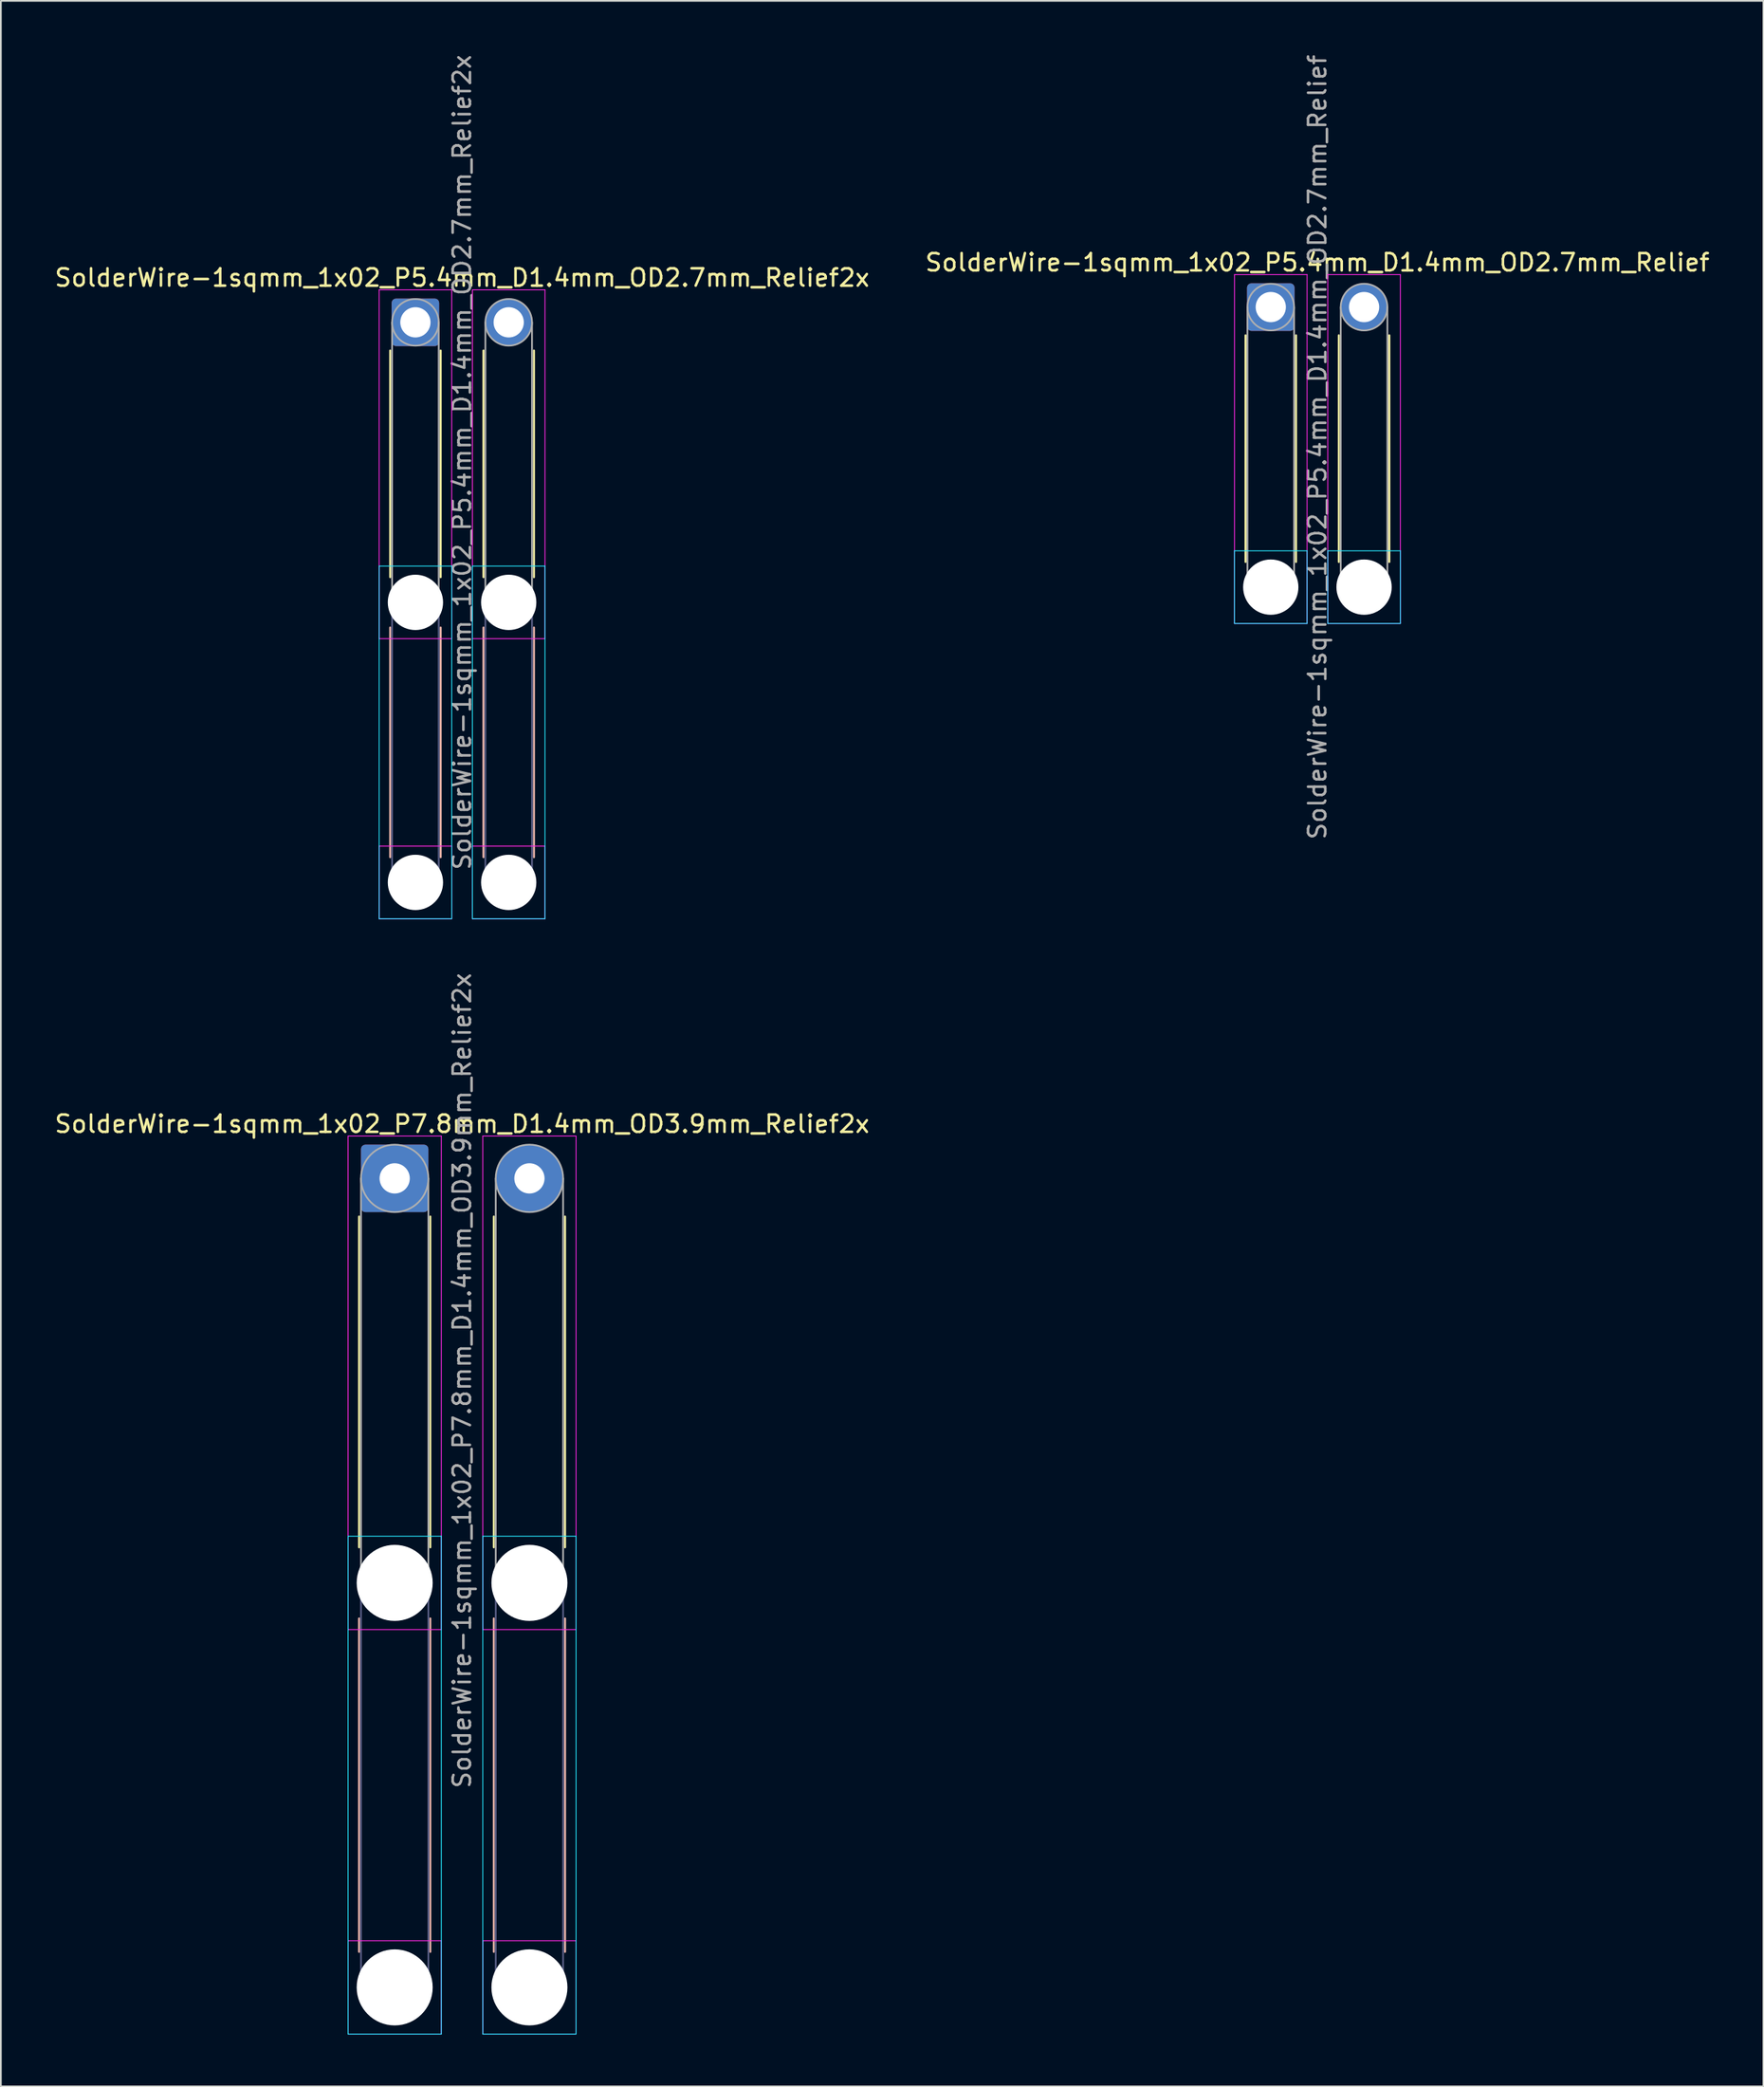
<source format=kicad_pcb>
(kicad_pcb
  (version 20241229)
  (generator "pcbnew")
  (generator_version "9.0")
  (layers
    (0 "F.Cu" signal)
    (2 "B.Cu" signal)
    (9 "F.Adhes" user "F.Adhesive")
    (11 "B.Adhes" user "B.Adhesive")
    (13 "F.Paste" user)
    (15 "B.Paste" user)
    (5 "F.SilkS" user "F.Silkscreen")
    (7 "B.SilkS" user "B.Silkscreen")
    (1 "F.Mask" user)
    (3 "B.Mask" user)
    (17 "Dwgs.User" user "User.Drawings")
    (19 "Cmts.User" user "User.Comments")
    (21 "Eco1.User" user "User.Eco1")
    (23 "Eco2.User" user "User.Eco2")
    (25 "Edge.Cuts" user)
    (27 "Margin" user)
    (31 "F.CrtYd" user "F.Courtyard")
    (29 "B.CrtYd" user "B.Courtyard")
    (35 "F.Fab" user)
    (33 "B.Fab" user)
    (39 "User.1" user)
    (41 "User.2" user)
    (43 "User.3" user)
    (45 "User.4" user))
  (footprint "SolderWire-1sqmm_1x02_P7.8mm_D1.4mm_OD3.9mm_Relief2x"
    (layer "F.Cu")
    (at 19.796 65.118)
    (property "Reference" "SolderWire-1sqmm_1x02_P7.8mm_D1.4mm_OD3.9mm_Relief2x" (at 3.9 -3.15 0) (layer "F.SilkS") (effects (font (size 1 1) (thickness 0.15))))
    (attr exclude_from_pos_files exclude_from_bom)
    (fp_line (start -2.06 2.21) (end -2.06 21.34) (stroke (width 0.12) (type solid)) (layer "F.SilkS"))
    (fp_line (start 2.06 2.21) (end 2.06 21.34) (stroke (width 0.12) (type solid)) (layer "F.SilkS"))
    (fp_line (start 5.74 2.21) (end 5.74 21.34) (stroke (width 0.12) (type solid)) (layer "F.SilkS"))
    (fp_line (start 9.86 2.21) (end 9.86 21.34) (stroke (width 0.12) (type solid)) (layer "F.SilkS"))
    (fp_line (start -2.06 25.46) (end -2.06 44.74) (stroke (width 0.12) (type solid)) (layer "B.SilkS"))
    (fp_line (start 2.06 25.46) (end 2.06 44.74) (stroke (width 0.12) (type solid)) (layer "B.SilkS"))
    (fp_line (start 5.74 25.46) (end 5.74 44.74) (stroke (width 0.12) (type solid)) (layer "B.SilkS"))
    (fp_line (start 9.86 25.46) (end 9.86 44.74) (stroke (width 0.12) (type solid)) (layer "B.SilkS"))
    (fp_line (start -2.7 20.7) (end -2.7 49.5) (stroke (width 0.05) (type solid)) (layer "B.CrtYd"))
    (fp_line (start -2.7 49.5) (end 2.7 49.5) (stroke (width 0.05) (type solid)) (layer "B.CrtYd"))
    (fp_line (start 2.7 20.7) (end -2.7 20.7) (stroke (width 0.05) (type solid)) (layer "B.CrtYd"))
    (fp_line (start 2.7 49.5) (end 2.7 20.7) (stroke (width 0.05) (type solid)) (layer "B.CrtYd"))
    (fp_line (start 5.1 20.7) (end 5.1 49.5) (stroke (width 0.05) (type solid)) (layer "B.CrtYd"))
    (fp_line (start 5.1 49.5) (end 10.5 49.5) (stroke (width 0.05) (type solid)) (layer "B.CrtYd"))
    (fp_line (start 10.5 20.7) (end 5.1 20.7) (stroke (width 0.05) (type solid)) (layer "B.CrtYd"))
    (fp_line (start 10.5 49.5) (end 10.5 20.7) (stroke (width 0.05) (type solid)) (layer "B.CrtYd"))
    (fp_line (start -2.7 -2.45) (end -2.7 26.1) (stroke (width 0.05) (type solid)) (layer "F.CrtYd"))
    (fp_line (start -2.7 26.1) (end 2.7 26.1) (stroke (width 0.05) (type solid)) (layer "F.CrtYd"))
    (fp_line (start -2.7 44.1) (end -2.7 49.5) (stroke (width 0.05) (type solid)) (layer "F.CrtYd"))
    (fp_line (start -2.7 49.5) (end 2.7 49.5) (stroke (width 0.05) (type solid)) (layer "F.CrtYd"))
    (fp_line (start 2.7 -2.45) (end -2.7 -2.45) (stroke (width 0.05) (type solid)) (layer "F.CrtYd"))
    (fp_line (start 2.7 26.1) (end 2.7 -2.45) (stroke (width 0.05) (type solid)) (layer "F.CrtYd"))
    (fp_line (start 2.7 44.1) (end -2.7 44.1) (stroke (width 0.05) (type solid)) (layer "F.CrtYd"))
    (fp_line (start 2.7 49.5) (end 2.7 44.1) (stroke (width 0.05) (type solid)) (layer "F.CrtYd"))
    (fp_line (start 5.1 -2.45) (end 5.1 26.1) (stroke (width 0.05) (type solid)) (layer "F.CrtYd"))
    (fp_line (start 5.1 26.1) (end 10.5 26.1) (stroke (width 0.05) (type solid)) (layer "F.CrtYd"))
    (fp_line (start 5.1 44.1) (end 5.1 49.5) (stroke (width 0.05) (type solid)) (layer "F.CrtYd"))
    (fp_line (start 5.1 49.5) (end 10.5 49.5) (stroke (width 0.05) (type solid)) (layer "F.CrtYd"))
    (fp_line (start 10.5 -2.45) (end 5.1 -2.45) (stroke (width 0.05) (type solid)) (layer "F.CrtYd"))
    (fp_line (start 10.5 26.1) (end 10.5 -2.45) (stroke (width 0.05) (type solid)) (layer "F.CrtYd"))
    (fp_line (start 10.5 44.1) (end 5.1 44.1) (stroke (width 0.05) (type solid)) (layer "F.CrtYd"))
    (fp_line (start 10.5 49.5) (end 10.5 44.1) (stroke (width 0.05) (type solid)) (layer "F.CrtYd"))
    (fp_line (start -1.95 23.4) (end -1.95 46.8) (stroke (width 0.1) (type solid)) (layer "B.Fab"))
    (fp_line (start 1.95 23.4) (end 1.95 46.8) (stroke (width 0.1) (type solid)) (layer "B.Fab"))
    (fp_line (start 5.85 23.4) (end 5.85 46.8) (stroke (width 0.1) (type solid)) (layer "B.Fab"))
    (fp_line (start 9.75 23.4) (end 9.75 46.8) (stroke (width 0.1) (type solid)) (layer "B.Fab"))
    (fp_circle (center 0 23.4) (end 1.95 23.4) (stroke (width 0.1) (type solid)) (fill no) (layer "B.Fab"))
    (fp_circle (center 0 46.8) (end 1.95 46.8) (stroke (width 0.1) (type solid)) (fill no) (layer "B.Fab"))
    (fp_circle (center 7.8 23.4) (end 9.75 23.4) (stroke (width 0.1) (type solid)) (fill no) (layer "B.Fab"))
    (fp_circle (center 7.8 46.8) (end 9.75 46.8) (stroke (width 0.1) (type solid)) (fill no) (layer "B.Fab"))
    (fp_line (start -1.95 0) (end -1.95 23.4) (stroke (width 0.1) (type solid)) (layer "F.Fab"))
    (fp_line (start 1.95 0) (end 1.95 23.4) (stroke (width 0.1) (type solid)) (layer "F.Fab"))
    (fp_line (start 5.85 0) (end 5.85 23.4) (stroke (width 0.1) (type solid)) (layer "F.Fab"))
    (fp_line (start 9.75 0) (end 9.75 23.4) (stroke (width 0.1) (type solid)) (layer "F.Fab"))
    (fp_circle (center 0 0) (end 1.95 0) (stroke (width 0.1) (type solid)) (fill no) (layer "F.Fab"))
    (fp_circle (center 0 23.4) (end 1.95 23.4) (stroke (width 0.1) (type solid)) (fill no) (layer "F.Fab"))
    (fp_circle (center 0 46.8) (end 1.95 46.8) (stroke (width 0.1) (type solid)) (fill no) (layer "F.Fab"))
    (fp_circle (center 7.8 0) (end 9.75 0) (stroke (width 0.1) (type solid)) (fill no) (layer "F.Fab"))
    (fp_circle (center 7.8 23.4) (end 9.75 23.4) (stroke (width 0.1) (type solid)) (fill no) (layer "F.Fab"))
    (fp_circle (center 7.8 46.8) (end 9.75 46.8) (stroke (width 0.1) (type solid)) (fill no) (layer "F.Fab"))
    (fp_text user "${REFERENCE}" (at 3.9 11.7 90) (layer "F.Fab") (effects (font (size 1 1) (thickness 0.15))))
    (pad "" np_thru_hole circle (at 0 23.4) (size 4.4 4.4) (drill 4.4) (layers "*.Cu" "*.Mask"))
    (pad "" np_thru_hole circle (at 0 46.8) (size 4.4 4.4) (drill 4.4) (layers "*.Cu" "*.Mask"))
    (pad "" np_thru_hole circle (at 7.8 23.4) (size 4.4 4.4) (drill 4.4) (layers "*.Cu" "*.Mask"))
    (pad "" np_thru_hole circle (at 7.8 46.8) (size 4.4 4.4) (drill 4.4) (layers "*.Cu" "*.Mask"))
    (pad "1" thru_hole roundrect (at 0 0) (size 3.9 3.9) (drill 1.75) (layers "*.Cu" "*.Mask") (roundrect_rratio 0.064))
    (pad "2" thru_hole circle (at 7.8 0) (size 3.9 3.9) (drill 1.75) (layers "*.Cu" "*.Mask")))
  (footprint "SolderWire-1sqmm_1x02_P5.4mm_D1.4mm_OD2.7mm_Relief"
    (layer "F.Cu")
    (at 70.508 14.715)
    (property "Reference" "SolderWire-1sqmm_1x02_P5.4mm_D1.4mm_OD2.7mm_Relief" (at 2.7 -2.58 0) (layer "F.SilkS") (effects (font (size 1 1) (thickness 0.15))))
    (attr exclude_from_pos_files exclude_from_bom)
    (fp_line (start -1.46 1.635) (end -1.46 14.74) (stroke (width 0.12) (type solid)) (layer "F.SilkS"))
    (fp_line (start 1.46 1.635) (end 1.46 14.74) (stroke (width 0.12) (type solid)) (layer "F.SilkS"))
    (fp_line (start 3.94 1.635) (end 3.94 14.74) (stroke (width 0.12) (type solid)) (layer "F.SilkS"))
    (fp_line (start 6.86 1.635) (end 6.86 14.74) (stroke (width 0.12) (type solid)) (layer "F.SilkS"))
    (fp_line (start -2.1 14.1) (end -2.1 18.3) (stroke (width 0.05) (type solid)) (layer "B.CrtYd"))
    (fp_line (start -2.1 18.3) (end 2.1 18.3) (stroke (width 0.05) (type solid)) (layer "B.CrtYd"))
    (fp_line (start 2.1 14.1) (end -2.1 14.1) (stroke (width 0.05) (type solid)) (layer "B.CrtYd"))
    (fp_line (start 2.1 18.3) (end 2.1 14.1) (stroke (width 0.05) (type solid)) (layer "B.CrtYd"))
    (fp_line (start 3.3 14.1) (end 3.3 18.3) (stroke (width 0.05) (type solid)) (layer "B.CrtYd"))
    (fp_line (start 3.3 18.3) (end 7.5 18.3) (stroke (width 0.05) (type solid)) (layer "B.CrtYd"))
    (fp_line (start 7.5 14.1) (end 3.3 14.1) (stroke (width 0.05) (type solid)) (layer "B.CrtYd"))
    (fp_line (start 7.5 18.3) (end 7.5 14.1) (stroke (width 0.05) (type solid)) (layer "B.CrtYd"))
    (fp_line (start -2.1 -1.88) (end -2.1 18.3) (stroke (width 0.05) (type solid)) (layer "F.CrtYd"))
    (fp_line (start -2.1 18.3) (end 2.1 18.3) (stroke (width 0.05) (type solid)) (layer "F.CrtYd"))
    (fp_line (start 2.1 -1.88) (end -2.1 -1.88) (stroke (width 0.05) (type solid)) (layer "F.CrtYd"))
    (fp_line (start 2.1 18.3) (end 2.1 -1.88) (stroke (width 0.05) (type solid)) (layer "F.CrtYd"))
    (fp_line (start 3.3 -1.88) (end 3.3 18.3) (stroke (width 0.05) (type solid)) (layer "F.CrtYd"))
    (fp_line (start 3.3 18.3) (end 7.5 18.3) (stroke (width 0.05) (type solid)) (layer "F.CrtYd"))
    (fp_line (start 7.5 -1.88) (end 3.3 -1.88) (stroke (width 0.05) (type solid)) (layer "F.CrtYd"))
    (fp_line (start 7.5 18.3) (end 7.5 -1.88) (stroke (width 0.05) (type solid)) (layer "F.CrtYd"))
    (fp_line (start -1.35 0) (end -1.35 16.2) (stroke (width 0.1) (type solid)) (layer "F.Fab"))
    (fp_line (start 1.35 0) (end 1.35 16.2) (stroke (width 0.1) (type solid)) (layer "F.Fab"))
    (fp_line (start 4.05 0) (end 4.05 16.2) (stroke (width 0.1) (type solid)) (layer "F.Fab"))
    (fp_line (start 6.75 0) (end 6.75 16.2) (stroke (width 0.1) (type solid)) (layer "F.Fab"))
    (fp_circle (center 0 0) (end 1.35 0) (stroke (width 0.1) (type solid)) (fill no) (layer "F.Fab"))
    (fp_circle (center 0 16.2) (end 1.35 16.2) (stroke (width 0.1) (type solid)) (fill no) (layer "F.Fab"))
    (fp_circle (center 5.4 0) (end 6.75 0) (stroke (width 0.1) (type solid)) (fill no) (layer "F.Fab"))
    (fp_circle (center 5.4 16.2) (end 6.75 16.2) (stroke (width 0.1) (type solid)) (fill no) (layer "F.Fab"))
    (fp_text user "${REFERENCE}" (at 2.7 8.1 90) (layer "F.Fab") (effects (font (size 1 1) (thickness 0.15))))
    (pad "" np_thru_hole circle (at 0 16.2) (size 3.2 3.2) (drill 3.2) (layers "*.Cu" "*.Mask"))
    (pad "" np_thru_hole circle (at 5.4 16.2) (size 3.2 3.2) (drill 3.2) (layers "*.Cu" "*.Mask"))
    (pad "1" thru_hole roundrect (at 0 0) (size 2.75 2.75) (drill 1.75) (layers "*.Cu" "*.Mask") (roundrect_rratio 0.091))
    (pad "2" thru_hole circle (at 5.4 0) (size 2.75 2.75) (drill 1.75) (layers "*.Cu" "*.Mask")))
  (footprint "SolderWire-1sqmm_1x02_P5.4mm_D1.4mm_OD2.7mm_Relief2x"
    (layer "F.Cu")
    (at 20.996 15.596)
    (property "Reference" "SolderWire-1sqmm_1x02_P5.4mm_D1.4mm_OD2.7mm_Relief2x" (at 2.7 -2.58 0) (layer "F.SilkS") (effects (font (size 1 1) (thickness 0.15))))
    (attr exclude_from_pos_files exclude_from_bom)
    (fp_line (start -1.46 1.635) (end -1.46 14.74) (stroke (width 0.12) (type solid)) (layer "F.SilkS"))
    (fp_line (start 1.46 1.635) (end 1.46 14.74) (stroke (width 0.12) (type solid)) (layer "F.SilkS"))
    (fp_line (start 3.94 1.635) (end 3.94 14.74) (stroke (width 0.12) (type solid)) (layer "F.SilkS"))
    (fp_line (start 6.86 1.635) (end 6.86 14.74) (stroke (width 0.12) (type solid)) (layer "F.SilkS"))
    (fp_line (start -1.46 17.66) (end -1.46 30.94) (stroke (width 0.12) (type solid)) (layer "B.SilkS"))
    (fp_line (start 1.46 17.66) (end 1.46 30.94) (stroke (width 0.12) (type solid)) (layer "B.SilkS"))
    (fp_line (start 3.94 17.66) (end 3.94 30.94) (stroke (width 0.12) (type solid)) (layer "B.SilkS"))
    (fp_line (start 6.86 17.66) (end 6.86 30.94) (stroke (width 0.12) (type solid)) (layer "B.SilkS"))
    (fp_line (start -2.1 14.1) (end -2.1 34.5) (stroke (width 0.05) (type solid)) (layer "B.CrtYd"))
    (fp_line (start -2.1 34.5) (end 2.1 34.5) (stroke (width 0.05) (type solid)) (layer "B.CrtYd"))
    (fp_line (start 2.1 14.1) (end -2.1 14.1) (stroke (width 0.05) (type solid)) (layer "B.CrtYd"))
    (fp_line (start 2.1 34.5) (end 2.1 14.1) (stroke (width 0.05) (type solid)) (layer "B.CrtYd"))
    (fp_line (start 3.3 14.1) (end 3.3 34.5) (stroke (width 0.05) (type solid)) (layer "B.CrtYd"))
    (fp_line (start 3.3 34.5) (end 7.5 34.5) (stroke (width 0.05) (type solid)) (layer "B.CrtYd"))
    (fp_line (start 7.5 14.1) (end 3.3 14.1) (stroke (width 0.05) (type solid)) (layer "B.CrtYd"))
    (fp_line (start 7.5 34.5) (end 7.5 14.1) (stroke (width 0.05) (type solid)) (layer "B.CrtYd"))
    (fp_line (start -2.1 -1.88) (end -2.1 18.3) (stroke (width 0.05) (type solid)) (layer "F.CrtYd"))
    (fp_line (start -2.1 18.3) (end 2.1 18.3) (stroke (width 0.05) (type solid)) (layer "F.CrtYd"))
    (fp_line (start -2.1 30.3) (end -2.1 34.5) (stroke (width 0.05) (type solid)) (layer "F.CrtYd"))
    (fp_line (start -2.1 34.5) (end 2.1 34.5) (stroke (width 0.05) (type solid)) (layer "F.CrtYd"))
    (fp_line (start 2.1 -1.88) (end -2.1 -1.88) (stroke (width 0.05) (type solid)) (layer "F.CrtYd"))
    (fp_line (start 2.1 18.3) (end 2.1 -1.88) (stroke (width 0.05) (type solid)) (layer "F.CrtYd"))
    (fp_line (start 2.1 30.3) (end -2.1 30.3) (stroke (width 0.05) (type solid)) (layer "F.CrtYd"))
    (fp_line (start 2.1 34.5) (end 2.1 30.3) (stroke (width 0.05) (type solid)) (layer "F.CrtYd"))
    (fp_line (start 3.3 -1.88) (end 3.3 18.3) (stroke (width 0.05) (type solid)) (layer "F.CrtYd"))
    (fp_line (start 3.3 18.3) (end 7.5 18.3) (stroke (width 0.05) (type solid)) (layer "F.CrtYd"))
    (fp_line (start 3.3 30.3) (end 3.3 34.5) (stroke (width 0.05) (type solid)) (layer "F.CrtYd"))
    (fp_line (start 3.3 34.5) (end 7.5 34.5) (stroke (width 0.05) (type solid)) (layer "F.CrtYd"))
    (fp_line (start 7.5 -1.88) (end 3.3 -1.88) (stroke (width 0.05) (type solid)) (layer "F.CrtYd"))
    (fp_line (start 7.5 18.3) (end 7.5 -1.88) (stroke (width 0.05) (type solid)) (layer "F.CrtYd"))
    (fp_line (start 7.5 30.3) (end 3.3 30.3) (stroke (width 0.05) (type solid)) (layer "F.CrtYd"))
    (fp_line (start 7.5 34.5) (end 7.5 30.3) (stroke (width 0.05) (type solid)) (layer "F.CrtYd"))
    (fp_line (start -1.35 16.2) (end -1.35 32.4) (stroke (width 0.1) (type solid)) (layer "B.Fab"))
    (fp_line (start 1.35 16.2) (end 1.35 32.4) (stroke (width 0.1) (type solid)) (layer "B.Fab"))
    (fp_line (start 4.05 16.2) (end 4.05 32.4) (stroke (width 0.1) (type solid)) (layer "B.Fab"))
    (fp_line (start 6.75 16.2) (end 6.75 32.4) (stroke (width 0.1) (type solid)) (layer "B.Fab"))
    (fp_circle (center 0 16.2) (end 1.35 16.2) (stroke (width 0.1) (type solid)) (fill no) (layer "B.Fab"))
    (fp_circle (center 0 32.4) (end 1.35 32.4) (stroke (width 0.1) (type solid)) (fill no) (layer "B.Fab"))
    (fp_circle (center 5.4 16.2) (end 6.75 16.2) (stroke (width 0.1) (type solid)) (fill no) (layer "B.Fab"))
    (fp_circle (center 5.4 32.4) (end 6.75 32.4) (stroke (width 0.1) (type solid)) (fill no) (layer "B.Fab"))
    (fp_line (start -1.35 0) (end -1.35 16.2) (stroke (width 0.1) (type solid)) (layer "F.Fab"))
    (fp_line (start 1.35 0) (end 1.35 16.2) (stroke (width 0.1) (type solid)) (layer "F.Fab"))
    (fp_line (start 4.05 0) (end 4.05 16.2) (stroke (width 0.1) (type solid)) (layer "F.Fab"))
    (fp_line (start 6.75 0) (end 6.75 16.2) (stroke (width 0.1) (type solid)) (layer "F.Fab"))
    (fp_circle (center 0 0) (end 1.35 0) (stroke (width 0.1) (type solid)) (fill no) (layer "F.Fab"))
    (fp_circle (center 0 16.2) (end 1.35 16.2) (stroke (width 0.1) (type solid)) (fill no) (layer "F.Fab"))
    (fp_circle (center 0 32.4) (end 1.35 32.4) (stroke (width 0.1) (type solid)) (fill no) (layer "F.Fab"))
    (fp_circle (center 5.4 0) (end 6.75 0) (stroke (width 0.1) (type solid)) (fill no) (layer "F.Fab"))
    (fp_circle (center 5.4 16.2) (end 6.75 16.2) (stroke (width 0.1) (type solid)) (fill no) (layer "F.Fab"))
    (fp_circle (center 5.4 32.4) (end 6.75 32.4) (stroke (width 0.1) (type solid)) (fill no) (layer "F.Fab"))
    (fp_text user "${REFERENCE}" (at 2.7 8.1 90) (layer "F.Fab") (effects (font (size 1 1) (thickness 0.15))))
    (pad "" np_thru_hole circle (at 0 16.2) (size 3.2 3.2) (drill 3.2) (layers "*.Cu" "*.Mask"))
    (pad "" np_thru_hole circle (at 0 32.4) (size 3.2 3.2) (drill 3.2) (layers "*.Cu" "*.Mask"))
    (pad "" np_thru_hole circle (at 5.4 16.2) (size 3.2 3.2) (drill 3.2) (layers "*.Cu" "*.Mask"))
    (pad "" np_thru_hole circle (at 5.4 32.4) (size 3.2 3.2) (drill 3.2) (layers "*.Cu" "*.Mask"))
    (pad "1" thru_hole roundrect (at 0 0) (size 2.75 2.75) (drill 1.75) (layers "*.Cu" "*.Mask") (roundrect_rratio 0.091))
    (pad "2" thru_hole circle (at 5.4 0) (size 2.75 2.75) (drill 1.75) (layers "*.Cu" "*.Mask")))
  (gr_rect
    (start -3 -3)
    (end 99.024 117.643)
    (stroke (width 0.1) (type default))
    (fill no)
    (layer "Edge.Cuts")))
</source>
